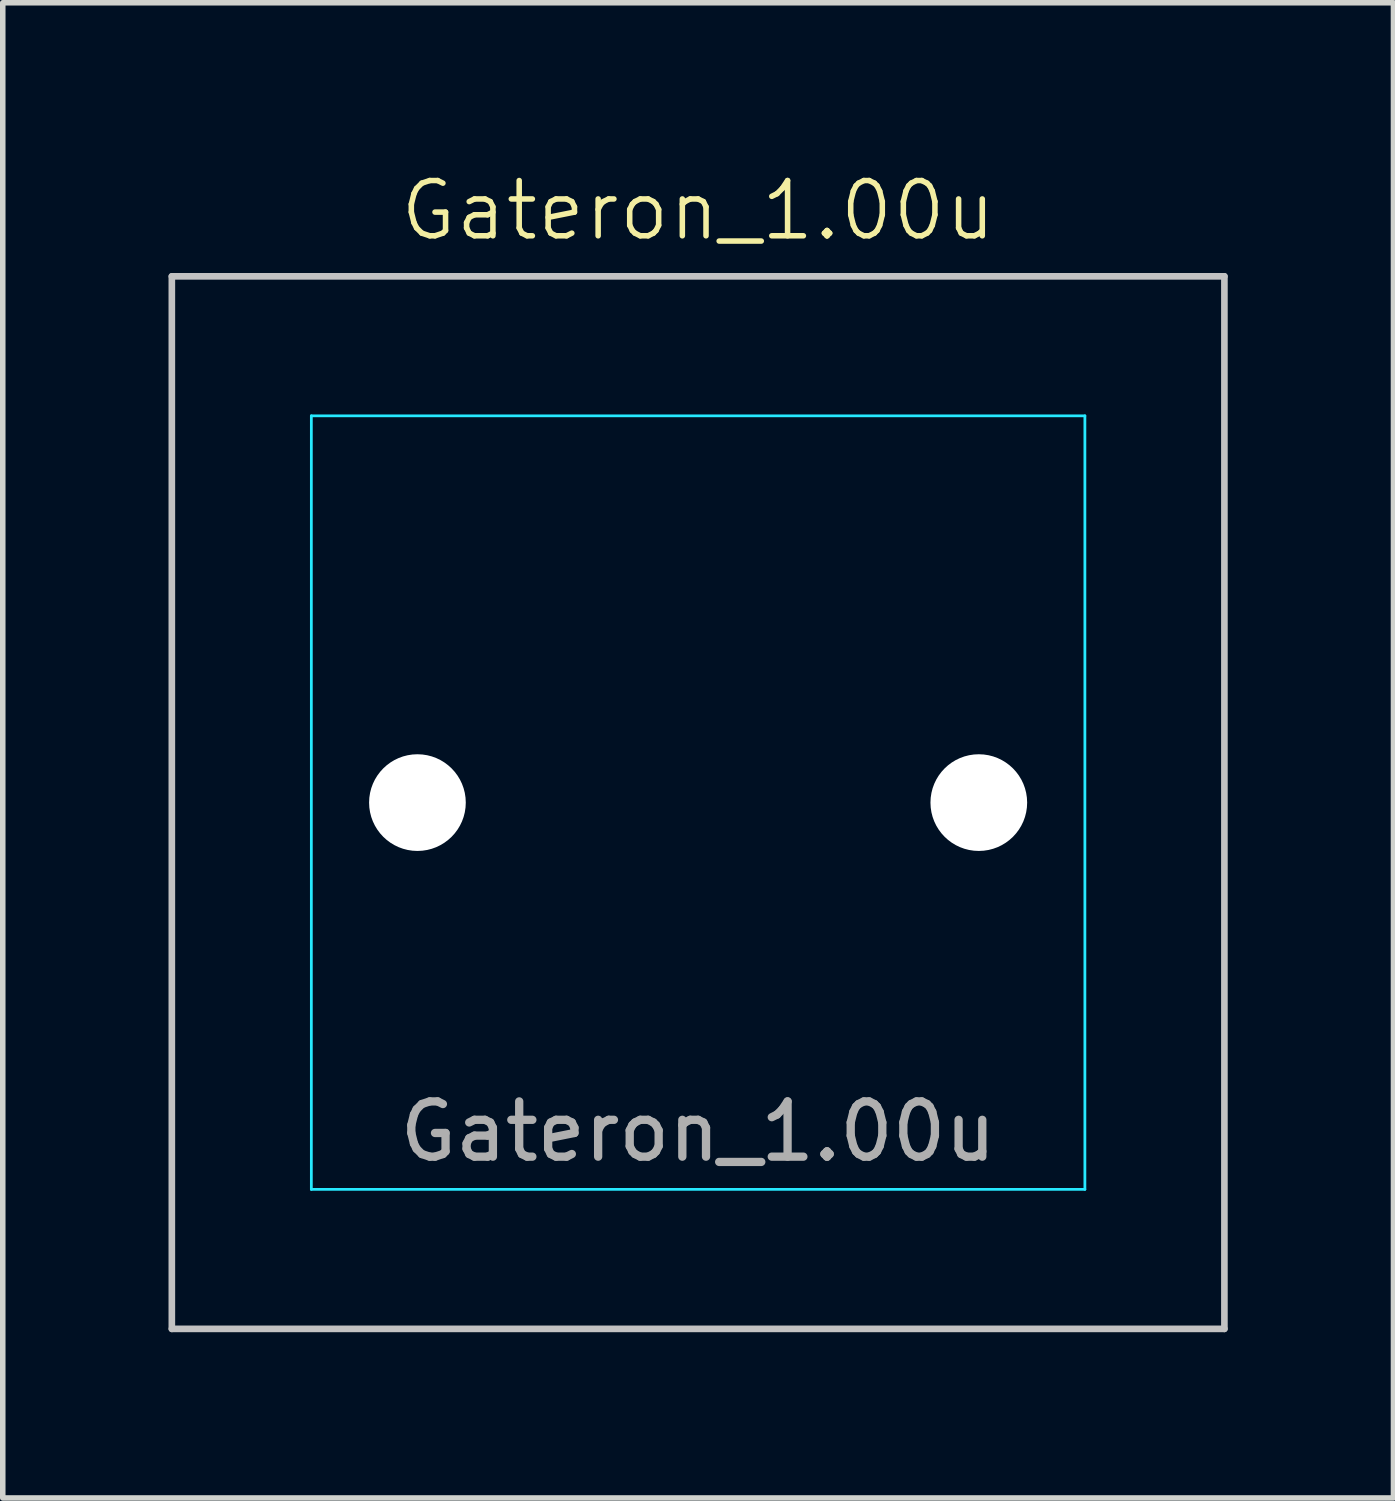
<source format=kicad_pcb>
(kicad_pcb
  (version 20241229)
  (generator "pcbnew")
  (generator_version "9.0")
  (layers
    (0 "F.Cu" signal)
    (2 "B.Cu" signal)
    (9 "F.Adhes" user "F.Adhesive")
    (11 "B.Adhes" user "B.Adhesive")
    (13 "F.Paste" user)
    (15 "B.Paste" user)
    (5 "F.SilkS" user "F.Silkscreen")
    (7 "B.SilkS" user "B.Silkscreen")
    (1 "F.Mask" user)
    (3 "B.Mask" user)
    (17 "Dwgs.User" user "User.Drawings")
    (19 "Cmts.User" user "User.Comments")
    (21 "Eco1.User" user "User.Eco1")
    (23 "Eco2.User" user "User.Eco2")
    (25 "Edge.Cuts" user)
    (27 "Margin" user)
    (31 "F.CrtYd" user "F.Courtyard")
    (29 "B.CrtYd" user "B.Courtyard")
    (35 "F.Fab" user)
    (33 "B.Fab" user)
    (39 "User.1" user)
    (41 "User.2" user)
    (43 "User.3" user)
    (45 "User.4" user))
  (footprint "Gateron_1.00u"
    (layer "F.Cu")
    (at 9.585 11.476)
    (property "Reference" "Gateron_1.00u" (at 0 -10.716 0) (unlocked yes) (layer "F.SilkS") (effects (font (size 1 1) (thickness 0.1))))
    (fp_line (start -9.525 -9.525) (end -9.525 9.525) (stroke (width 0.12) (type solid)) (layer "Dwgs.User"))
    (fp_line (start -9.525 9.525) (end 9.525 9.525) (stroke (width 0.12) (type solid)) (layer "Dwgs.User"))
    (fp_line (start 9.525 -9.525) (end -9.525 -9.525) (stroke (width 0.12) (type solid)) (layer "Dwgs.User"))
    (fp_line (start 9.525 9.525) (end 9.525 -9.525) (stroke (width 0.12) (type solid)) (layer "Dwgs.User"))
    (fp_line (start -7 6.5) (end -7 -6.5) (stroke (width 0.05) (type solid)) (layer "Eco2.User"))
    (fp_line (start -6.5 -7) (end 6.5 -7) (stroke (width 0.05) (type solid)) (layer "Eco2.User"))
    (fp_line (start 6.5 7) (end -6.5 7) (stroke (width 0.05) (type solid)) (layer "Eco2.User"))
    (fp_line (start 7 -6.5) (end 7 6.5) (stroke (width 0.05) (type solid)) (layer "Eco2.User"))
    (fp_arc (start -7 -6.5) (mid -6.853553 -6.853553) (end -6.5 -7) (stroke (width 0.05) (type solid)) (layer "Eco2.User"))
    (fp_arc (start -6.5 7) (mid -6.853553 6.853553) (end -7 6.5) (stroke (width 0.05) (type solid)) (layer "Eco2.User"))
    (fp_arc (start 6.5 -7) (mid 6.853553 -6.853553) (end 7 -6.5) (stroke (width 0.05) (type solid)) (layer "Eco2.User"))
    (fp_arc (start 6.997236 6.498884) (mid 6.850805 6.852453) (end 6.497236 6.998884) (stroke (width 0.05) (type solid)) (layer "Eco2.User"))
    (fp_line (start -7 -7) (end 7 -7) (stroke (width 0.05) (type solid)) (layer "B.CrtYd"))
    (fp_line (start -7 7) (end -7 -7) (stroke (width 0.05) (type solid)) (layer "B.CrtYd"))
    (fp_line (start 7 -7) (end 7 7) (stroke (width 0.05) (type solid)) (layer "B.CrtYd"))
    (fp_line (start 7 7) (end -7 7) (stroke (width 0.05) (type solid)) (layer "B.CrtYd"))
    (fp_text user "${REFERENCE}" (at 0 5.953 0) (unlocked yes) (layer "F.Fab") (effects (font (size 1 1) (thickness 0.15))))
    (pad "" np_thru_hole circle (at -5.08 0) (size 1.75 1.75) (drill 1.75) (layers "*.Cu" "*.Mask"))
    (pad "" np_thru_hole circle (at 5.08 0) (size 1.75 1.75) (drill 1.75) (layers "*.Cu" "*.Mask"))
    (zone (net_name "") (layers "F.Cu" "B.Cu") (name "no_fill_circle") (hatch edge 0.5) (connect_pads) (min_thickness 0.25) (filled_areas_thickness no) (keepout (tracks allowed) (vias allowed) (pads allowed) (copperpour not_allowed) (footprints allowed)) (placement (enabled no)) (fill) (polygon (pts (xy 11.235 11.476) (xy 11.215 11.218) (xy 11.154 10.966) (xy 11.055 10.727) (xy 10.92 10.506) (xy 10.752 10.309) (xy 10.555 10.141) (xy 10.334 10.006) (xy 10.095 9.907) (xy 9.843 9.846) (xy 9.585 9.826) (xy 9.327 9.846) (xy 9.075 9.907) (xy 8.836 10.006) (xy 8.615 10.141) (xy 8.418 10.309) (xy 8.25 10.506) (xy 8.115 10.727) (xy 8.016 10.966) (xy 7.955 11.218) (xy 7.935 11.476) (xy 7.955 11.734) (xy 8.016 11.986) (xy 8.115 12.225) (xy 8.25 12.446) (xy 8.418 12.643) (xy 8.615 12.811) (xy 8.836 12.946) (xy 9.075 13.045) (xy 9.327 13.106) (xy 9.585 13.126) (xy 9.843 13.106) (xy 10.095 13.045) (xy 10.334 12.946) (xy 10.555 12.811) (xy 10.752 12.643) (xy 10.92 12.446) (xy 11.055 12.225) (xy 11.154 11.986) (xy 11.215 11.734)))))
  (gr_rect
    (start -3 -3)
    (end 22.17 24.061)
    (stroke (width 0.1) (type default))
    (fill no)
    (layer "Edge.Cuts")))
</source>
